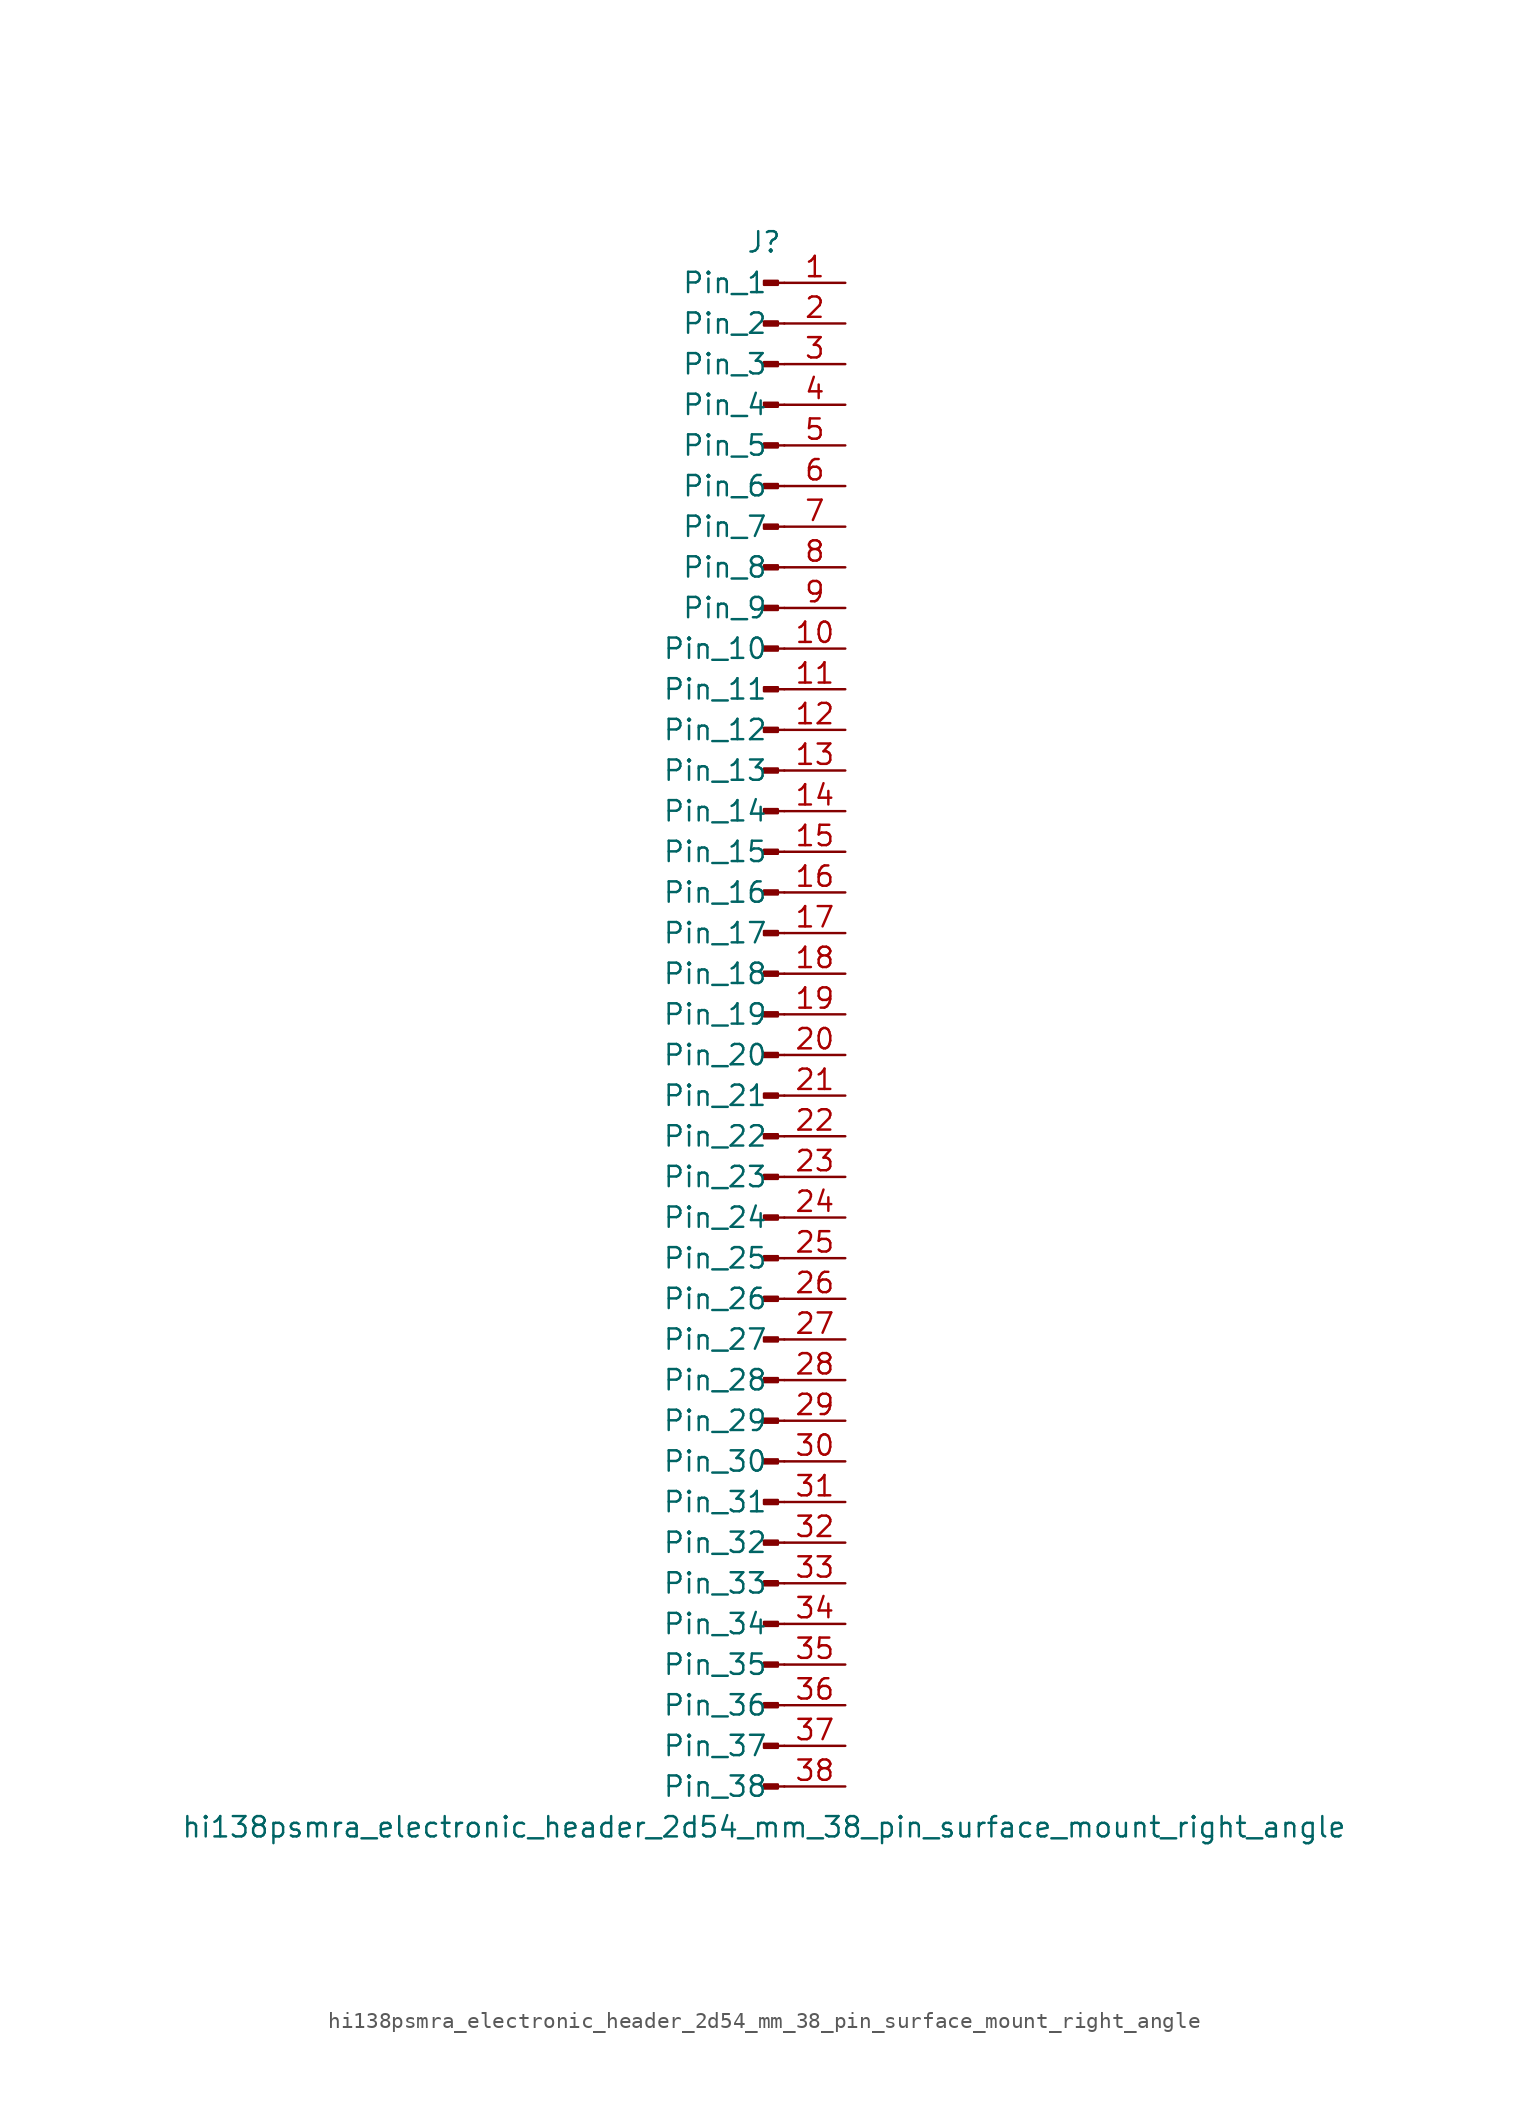
<source format=kicad_sym>
(kicad_symbol_lib
  (version 20220914)
  (generator kicad_symbol_editor)
  (symbol "hi138psmra_electronic_header_2d54_mm_38_pin_surface_mount_right_angle"
    (pin_names
      (offset 1.016))
    (property "Reference" "J"
      (at 0 48.26 0)
      (effects (font (size 1.27 1.27))))
    (property "Value" "hi138psmra_electronic_header_2d54_mm_38_pin_surface_mount_right_angle"
      (at 0 -50.8 0)
      (effects (font (size 1.27 1.27))))
    (property "ki_locked" ""
      (at 0 0 0)
      (effects (font (size 1.27 1.27))))
    (symbol "hi138psmra_electronic_header_2d54_mm_38_pin_surface_mount_right_angle_1_1"
      (polyline (pts (xy 1.27 -48.26) (xy 0.864 -48.26)) (stroke (width 0.152) (type default)) (fill (type none)))
      (polyline (pts (xy 1.27 -45.72) (xy 0.864 -45.72)) (stroke (width 0.152) (type default)) (fill (type none)))
      (polyline (pts (xy 1.27 -43.18) (xy 0.864 -43.18)) (stroke (width 0.152) (type default)) (fill (type none)))
      (polyline (pts (xy 1.27 -40.64) (xy 0.864 -40.64)) (stroke (width 0.152) (type default)) (fill (type none)))
      (polyline (pts (xy 1.27 -38.1) (xy 0.864 -38.1)) (stroke (width 0.152) (type default)) (fill (type none)))
      (polyline (pts (xy 1.27 -35.56) (xy 0.864 -35.56)) (stroke (width 0.152) (type default)) (fill (type none)))
      (polyline (pts (xy 1.27 -33.02) (xy 0.864 -33.02)) (stroke (width 0.152) (type default)) (fill (type none)))
      (polyline (pts (xy 1.27 -30.48) (xy 0.864 -30.48)) (stroke (width 0.152) (type default)) (fill (type none)))
      (polyline (pts (xy 1.27 -27.94) (xy 0.864 -27.94)) (stroke (width 0.152) (type default)) (fill (type none)))
      (polyline (pts (xy 1.27 -25.4) (xy 0.864 -25.4)) (stroke (width 0.152) (type default)) (fill (type none)))
      (polyline (pts (xy 1.27 -22.86) (xy 0.864 -22.86)) (stroke (width 0.152) (type default)) (fill (type none)))
      (polyline (pts (xy 1.27 -20.32) (xy 0.864 -20.32)) (stroke (width 0.152) (type default)) (fill (type none)))
      (polyline (pts (xy 1.27 -17.78) (xy 0.864 -17.78)) (stroke (width 0.152) (type default)) (fill (type none)))
      (polyline (pts (xy 1.27 -15.24) (xy 0.864 -15.24)) (stroke (width 0.152) (type default)) (fill (type none)))
      (polyline (pts (xy 1.27 -12.7) (xy 0.864 -12.7)) (stroke (width 0.152) (type default)) (fill (type none)))
      (polyline (pts (xy 1.27 -10.16) (xy 0.864 -10.16)) (stroke (width 0.152) (type default)) (fill (type none)))
      (polyline (pts (xy 1.27 -7.62) (xy 0.864 -7.62)) (stroke (width 0.152) (type default)) (fill (type none)))
      (polyline (pts (xy 1.27 -5.08) (xy 0.864 -5.08)) (stroke (width 0.152) (type default)) (fill (type none)))
      (polyline (pts (xy 1.27 -2.54) (xy 0.864 -2.54)) (stroke (width 0.152) (type default)) (fill (type none)))
      (polyline (pts (xy 1.27 0) (xy 0.864 0)) (stroke (width 0.152) (type default)) (fill (type none)))
      (polyline (pts (xy 1.27 2.54) (xy 0.864 2.54)) (stroke (width 0.152) (type default)) (fill (type none)))
      (polyline (pts (xy 1.27 5.08) (xy 0.864 5.08)) (stroke (width 0.152) (type default)) (fill (type none)))
      (polyline (pts (xy 1.27 7.62) (xy 0.864 7.62)) (stroke (width 0.152) (type default)) (fill (type none)))
      (polyline (pts (xy 1.27 10.16) (xy 0.864 10.16)) (stroke (width 0.152) (type default)) (fill (type none)))
      (polyline (pts (xy 1.27 12.7) (xy 0.864 12.7)) (stroke (width 0.152) (type default)) (fill (type none)))
      (polyline (pts (xy 1.27 15.24) (xy 0.864 15.24)) (stroke (width 0.152) (type default)) (fill (type none)))
      (polyline (pts (xy 1.27 17.78) (xy 0.864 17.78)) (stroke (width 0.152) (type default)) (fill (type none)))
      (polyline (pts (xy 1.27 20.32) (xy 0.864 20.32)) (stroke (width 0.152) (type default)) (fill (type none)))
      (polyline (pts (xy 1.27 22.86) (xy 0.864 22.86)) (stroke (width 0.152) (type default)) (fill (type none)))
      (polyline (pts (xy 1.27 25.4) (xy 0.864 25.4)) (stroke (width 0.152) (type default)) (fill (type none)))
      (polyline (pts (xy 1.27 27.94) (xy 0.864 27.94)) (stroke (width 0.152) (type default)) (fill (type none)))
      (polyline (pts (xy 1.27 30.48) (xy 0.864 30.48)) (stroke (width 0.152) (type default)) (fill (type none)))
      (polyline (pts (xy 1.27 33.02) (xy 0.864 33.02)) (stroke (width 0.152) (type default)) (fill (type none)))
      (polyline (pts (xy 1.27 35.56) (xy 0.864 35.56)) (stroke (width 0.152) (type default)) (fill (type none)))
      (polyline (pts (xy 1.27 38.1) (xy 0.864 38.1)) (stroke (width 0.152) (type default)) (fill (type none)))
      (polyline (pts (xy 1.27 40.64) (xy 0.864 40.64)) (stroke (width 0.152) (type default)) (fill (type none)))
      (polyline (pts (xy 1.27 43.18) (xy 0.864 43.18)) (stroke (width 0.152) (type default)) (fill (type none)))
      (polyline (pts (xy 1.27 45.72) (xy 0.864 45.72)) (stroke (width 0.152) (type default)) (fill (type none)))
      (rectangle (start 0.864 -48.133) (end 0 -48.387) (stroke (width 0.152) (type default)) (fill (type outline)))
      (rectangle (start 0.864 -45.593) (end 0 -45.847) (stroke (width 0.152) (type default)) (fill (type outline)))
      (rectangle (start 0.864 -43.053) (end 0 -43.307) (stroke (width 0.152) (type default)) (fill (type outline)))
      (rectangle (start 0.864 -40.513) (end 0 -40.767) (stroke (width 0.152) (type default)) (fill (type outline)))
      (rectangle (start 0.864 -37.973) (end 0 -38.227) (stroke (width 0.152) (type default)) (fill (type outline)))
      (rectangle (start 0.864 -35.433) (end 0 -35.687) (stroke (width 0.152) (type default)) (fill (type outline)))
      (rectangle (start 0.864 -32.893) (end 0 -33.147) (stroke (width 0.152) (type default)) (fill (type outline)))
      (rectangle (start 0.864 -30.353) (end 0 -30.607) (stroke (width 0.152) (type default)) (fill (type outline)))
      (rectangle (start 0.864 -27.813) (end 0 -28.067) (stroke (width 0.152) (type default)) (fill (type outline)))
      (rectangle (start 0.864 -25.273) (end 0 -25.527) (stroke (width 0.152) (type default)) (fill (type outline)))
      (rectangle (start 0.864 -22.733) (end 0 -22.987) (stroke (width 0.152) (type default)) (fill (type outline)))
      (rectangle (start 0.864 -20.193) (end 0 -20.447) (stroke (width 0.152) (type default)) (fill (type outline)))
      (rectangle (start 0.864 -17.653) (end 0 -17.907) (stroke (width 0.152) (type default)) (fill (type outline)))
      (rectangle (start 0.864 -15.113) (end 0 -15.367) (stroke (width 0.152) (type default)) (fill (type outline)))
      (rectangle (start 0.864 -12.573) (end 0 -12.827) (stroke (width 0.152) (type default)) (fill (type outline)))
      (rectangle (start 0.864 -10.033) (end 0 -10.287) (stroke (width 0.152) (type default)) (fill (type outline)))
      (rectangle (start 0.864 -7.493) (end 0 -7.747) (stroke (width 0.152) (type default)) (fill (type outline)))
      (rectangle (start 0.864 -4.953) (end 0 -5.207) (stroke (width 0.152) (type default)) (fill (type outline)))
      (rectangle (start 0.864 -2.413) (end 0 -2.667) (stroke (width 0.152) (type default)) (fill (type outline)))
      (rectangle (start 0.864 0.127) (end 0 -0.127) (stroke (width 0.152) (type default)) (fill (type outline)))
      (rectangle (start 0.864 2.667) (end 0 2.413) (stroke (width 0.152) (type default)) (fill (type outline)))
      (rectangle (start 0.864 5.207) (end 0 4.953) (stroke (width 0.152) (type default)) (fill (type outline)))
      (rectangle (start 0.864 7.747) (end 0 7.493) (stroke (width 0.152) (type default)) (fill (type outline)))
      (rectangle (start 0.864 10.287) (end 0 10.033) (stroke (width 0.152) (type default)) (fill (type outline)))
      (rectangle (start 0.864 12.827) (end 0 12.573) (stroke (width 0.152) (type default)) (fill (type outline)))
      (rectangle (start 0.864 15.367) (end 0 15.113) (stroke (width 0.152) (type default)) (fill (type outline)))
      (rectangle (start 0.864 17.907) (end 0 17.653) (stroke (width 0.152) (type default)) (fill (type outline)))
      (rectangle (start 0.864 20.447) (end 0 20.193) (stroke (width 0.152) (type default)) (fill (type outline)))
      (rectangle (start 0.864 22.987) (end 0 22.733) (stroke (width 0.152) (type default)) (fill (type outline)))
      (rectangle (start 0.864 25.527) (end 0 25.273) (stroke (width 0.152) (type default)) (fill (type outline)))
      (rectangle (start 0.864 28.067) (end 0 27.813) (stroke (width 0.152) (type default)) (fill (type outline)))
      (rectangle (start 0.864 30.607) (end 0 30.353) (stroke (width 0.152) (type default)) (fill (type outline)))
      (rectangle (start 0.864 33.147) (end 0 32.893) (stroke (width 0.152) (type default)) (fill (type outline)))
      (rectangle (start 0.864 35.687) (end 0 35.433) (stroke (width 0.152) (type default)) (fill (type outline)))
      (rectangle (start 0.864 38.227) (end 0 37.973) (stroke (width 0.152) (type default)) (fill (type outline)))
      (rectangle (start 0.864 40.767) (end 0 40.513) (stroke (width 0.152) (type default)) (fill (type outline)))
      (rectangle (start 0.864 43.307) (end 0 43.053) (stroke (width 0.152) (type default)) (fill (type outline)))
      (rectangle (start 0.864 45.847) (end 0 45.593) (stroke (width 0.152) (type default)) (fill (type outline)))
      (pin passive line (at 5.08 45.72 180) (length 3.81) (name "Pin_1" (effects (font (size 1.27 1.27)))) (number "1" (effects (font (size 1.27 1.27)))))
      (pin passive line (at 5.08 22.86 180) (length 3.81) (name "Pin_10" (effects (font (size 1.27 1.27)))) (number "10" (effects (font (size 1.27 1.27)))))
      (pin passive line (at 5.08 20.32 180) (length 3.81) (name "Pin_11" (effects (font (size 1.27 1.27)))) (number "11" (effects (font (size 1.27 1.27)))))
      (pin passive line (at 5.08 17.78 180) (length 3.81) (name "Pin_12" (effects (font (size 1.27 1.27)))) (number "12" (effects (font (size 1.27 1.27)))))
      (pin passive line (at 5.08 15.24 180) (length 3.81) (name "Pin_13" (effects (font (size 1.27 1.27)))) (number "13" (effects (font (size 1.27 1.27)))))
      (pin passive line (at 5.08 12.7 180) (length 3.81) (name "Pin_14" (effects (font (size 1.27 1.27)))) (number "14" (effects (font (size 1.27 1.27)))))
      (pin passive line (at 5.08 10.16 180) (length 3.81) (name "Pin_15" (effects (font (size 1.27 1.27)))) (number "15" (effects (font (size 1.27 1.27)))))
      (pin passive line (at 5.08 7.62 180) (length 3.81) (name "Pin_16" (effects (font (size 1.27 1.27)))) (number "16" (effects (font (size 1.27 1.27)))))
      (pin passive line (at 5.08 5.08 180) (length 3.81) (name "Pin_17" (effects (font (size 1.27 1.27)))) (number "17" (effects (font (size 1.27 1.27)))))
      (pin passive line (at 5.08 2.54 180) (length 3.81) (name "Pin_18" (effects (font (size 1.27 1.27)))) (number "18" (effects (font (size 1.27 1.27)))))
      (pin passive line (at 5.08 0 180) (length 3.81) (name "Pin_19" (effects (font (size 1.27 1.27)))) (number "19" (effects (font (size 1.27 1.27)))))
      (pin passive line (at 5.08 43.18 180) (length 3.81) (name "Pin_2" (effects (font (size 1.27 1.27)))) (number "2" (effects (font (size 1.27 1.27)))))
      (pin passive line (at 5.08 -2.54 180) (length 3.81) (name "Pin_20" (effects (font (size 1.27 1.27)))) (number "20" (effects (font (size 1.27 1.27)))))
      (pin passive line (at 5.08 -5.08 180) (length 3.81) (name "Pin_21" (effects (font (size 1.27 1.27)))) (number "21" (effects (font (size 1.27 1.27)))))
      (pin passive line (at 5.08 -7.62 180) (length 3.81) (name "Pin_22" (effects (font (size 1.27 1.27)))) (number "22" (effects (font (size 1.27 1.27)))))
      (pin passive line (at 5.08 -10.16 180) (length 3.81) (name "Pin_23" (effects (font (size 1.27 1.27)))) (number "23" (effects (font (size 1.27 1.27)))))
      (pin passive line (at 5.08 -12.7 180) (length 3.81) (name "Pin_24" (effects (font (size 1.27 1.27)))) (number "24" (effects (font (size 1.27 1.27)))))
      (pin passive line (at 5.08 -15.24 180) (length 3.81) (name "Pin_25" (effects (font (size 1.27 1.27)))) (number "25" (effects (font (size 1.27 1.27)))))
      (pin passive line (at 5.08 -17.78 180) (length 3.81) (name "Pin_26" (effects (font (size 1.27 1.27)))) (number "26" (effects (font (size 1.27 1.27)))))
      (pin passive line (at 5.08 -20.32 180) (length 3.81) (name "Pin_27" (effects (font (size 1.27 1.27)))) (number "27" (effects (font (size 1.27 1.27)))))
      (pin passive line (at 5.08 -22.86 180) (length 3.81) (name "Pin_28" (effects (font (size 1.27 1.27)))) (number "28" (effects (font (size 1.27 1.27)))))
      (pin passive line (at 5.08 -25.4 180) (length 3.81) (name "Pin_29" (effects (font (size 1.27 1.27)))) (number "29" (effects (font (size 1.27 1.27)))))
      (pin passive line (at 5.08 40.64 180) (length 3.81) (name "Pin_3" (effects (font (size 1.27 1.27)))) (number "3" (effects (font (size 1.27 1.27)))))
      (pin passive line (at 5.08 -27.94 180) (length 3.81) (name "Pin_30" (effects (font (size 1.27 1.27)))) (number "30" (effects (font (size 1.27 1.27)))))
      (pin passive line (at 5.08 -30.48 180) (length 3.81) (name "Pin_31" (effects (font (size 1.27 1.27)))) (number "31" (effects (font (size 1.27 1.27)))))
      (pin passive line (at 5.08 -33.02 180) (length 3.81) (name "Pin_32" (effects (font (size 1.27 1.27)))) (number "32" (effects (font (size 1.27 1.27)))))
      (pin passive line (at 5.08 -35.56 180) (length 3.81) (name "Pin_33" (effects (font (size 1.27 1.27)))) (number "33" (effects (font (size 1.27 1.27)))))
      (pin passive line (at 5.08 -38.1 180) (length 3.81) (name "Pin_34" (effects (font (size 1.27 1.27)))) (number "34" (effects (font (size 1.27 1.27)))))
      (pin passive line (at 5.08 -40.64 180) (length 3.81) (name "Pin_35" (effects (font (size 1.27 1.27)))) (number "35" (effects (font (size 1.27 1.27)))))
      (pin passive line (at 5.08 -43.18 180) (length 3.81) (name "Pin_36" (effects (font (size 1.27 1.27)))) (number "36" (effects (font (size 1.27 1.27)))))
      (pin passive line (at 5.08 -45.72 180) (length 3.81) (name "Pin_37" (effects (font (size 1.27 1.27)))) (number "37" (effects (font (size 1.27 1.27)))))
      (pin passive line (at 5.08 -48.26 180) (length 3.81) (name "Pin_38" (effects (font (size 1.27 1.27)))) (number "38" (effects (font (size 1.27 1.27)))))
      (pin passive line (at 5.08 38.1 180) (length 3.81) (name "Pin_4" (effects (font (size 1.27 1.27)))) (number "4" (effects (font (size 1.27 1.27)))))
      (pin passive line (at 5.08 35.56 180) (length 3.81) (name "Pin_5" (effects (font (size 1.27 1.27)))) (number "5" (effects (font (size 1.27 1.27)))))
      (pin passive line (at 5.08 33.02 180) (length 3.81) (name "Pin_6" (effects (font (size 1.27 1.27)))) (number "6" (effects (font (size 1.27 1.27)))))
      (pin passive line (at 5.08 30.48 180) (length 3.81) (name "Pin_7" (effects (font (size 1.27 1.27)))) (number "7" (effects (font (size 1.27 1.27)))))
      (pin passive line (at 5.08 27.94 180) (length 3.81) (name "Pin_8" (effects (font (size 1.27 1.27)))) (number "8" (effects (font (size 1.27 1.27)))))
      (pin passive line (at 5.08 25.4 180) (length 3.81) (name "Pin_9" (effects (font (size 1.27 1.27)))) (number "9" (effects (font (size 1.27 1.27))))))))
</source>
